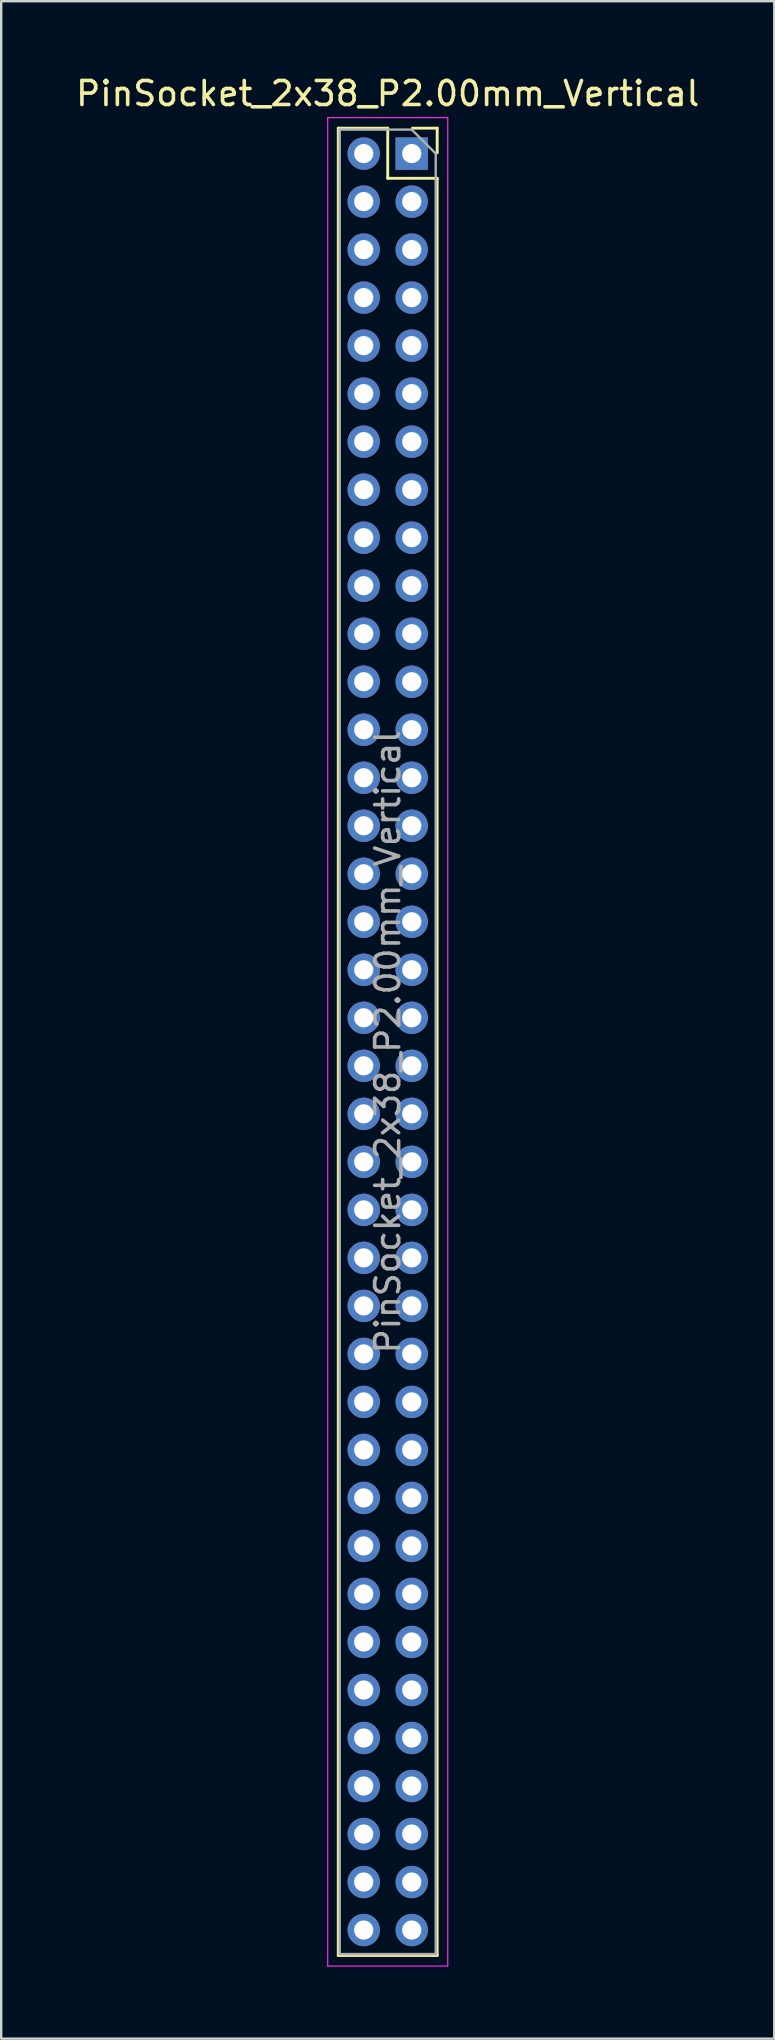
<source format=kicad_pcb>
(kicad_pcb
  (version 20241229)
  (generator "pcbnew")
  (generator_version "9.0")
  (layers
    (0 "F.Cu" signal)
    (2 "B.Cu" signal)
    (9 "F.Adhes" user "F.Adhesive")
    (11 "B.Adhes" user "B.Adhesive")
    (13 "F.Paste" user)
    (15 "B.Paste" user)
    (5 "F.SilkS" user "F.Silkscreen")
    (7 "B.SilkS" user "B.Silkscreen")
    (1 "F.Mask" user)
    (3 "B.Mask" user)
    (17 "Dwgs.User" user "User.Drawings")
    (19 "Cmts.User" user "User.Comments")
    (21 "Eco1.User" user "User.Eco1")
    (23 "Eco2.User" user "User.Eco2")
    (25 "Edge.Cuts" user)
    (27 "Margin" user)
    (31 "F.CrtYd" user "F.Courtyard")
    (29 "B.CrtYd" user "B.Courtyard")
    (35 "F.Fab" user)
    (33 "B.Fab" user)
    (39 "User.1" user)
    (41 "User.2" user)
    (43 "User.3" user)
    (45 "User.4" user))
  (footprint "PinSocket_2x38_P2.00mm_Vertical"
    (layer "F.Cu")
    (at 14.101 3.348)
    (property "Reference" "PinSocket_2x38_P2.00mm_Vertical" (at -1 -2.5 0) (layer "F.SilkS") (effects (font (size 1 1) (thickness 0.15))))
    (attr through_hole)
    (fp_line (start -3.06 -1.06) (end -3.06 75.06) (stroke (width 0.12) (type solid)) (layer "F.SilkS"))
    (fp_line (start -3.06 75.06) (end 1.06 75.06) (stroke (width 0.12) (type solid)) (layer "F.SilkS"))
    (fp_line (start -1 -1.06) (end -3.06 -1.06) (stroke (width 0.12) (type solid)) (layer "F.SilkS"))
    (fp_line (start -1 1.03) (end -1 -1.06) (stroke (width 0.12) (type solid)) (layer "F.SilkS"))
    (fp_line (start 1.06 -1.06) (end 0.03 -1.06) (stroke (width 0.12) (type solid)) (layer "F.SilkS"))
    (fp_line (start 1.06 -0.03) (end 1.06 -1.06) (stroke (width 0.12) (type solid)) (layer "F.SilkS"))
    (fp_line (start 1.06 1.03) (end -1 1.03) (stroke (width 0.12) (type solid)) (layer "F.SilkS"))
    (fp_line (start 1.06 75.06) (end 1.06 1.03) (stroke (width 0.12) (type solid)) (layer "F.SilkS"))
    (fp_line (start -3.5 -1.5) (end 1.5 -1.5) (stroke (width 0.05) (type solid)) (layer "F.CrtYd"))
    (fp_line (start -3.5 75.5) (end -3.5 -1.5) (stroke (width 0.05) (type solid)) (layer "F.CrtYd"))
    (fp_line (start 1.5 -1.5) (end 1.5 75.5) (stroke (width 0.05) (type solid)) (layer "F.CrtYd"))
    (fp_line (start 1.5 75.5) (end -3.5 75.5) (stroke (width 0.05) (type solid)) (layer "F.CrtYd"))
    (fp_line (start -3 -1) (end 0 -1) (stroke (width 0.1) (type solid)) (layer "F.Fab"))
    (fp_line (start -3 75) (end -3 -1) (stroke (width 0.1) (type solid)) (layer "F.Fab"))
    (fp_line (start 0 -1) (end 1 0) (stroke (width 0.1) (type solid)) (layer "F.Fab"))
    (fp_line (start 1 0) (end 1 75) (stroke (width 0.1) (type solid)) (layer "F.Fab"))
    (fp_line (start 1 75) (end -3 75) (stroke (width 0.1) (type solid)) (layer "F.Fab"))
    (fp_text user "${REFERENCE}" (at -1 37 90) (layer "F.Fab") (effects (font (size 1 1) (thickness 0.15))))
    (pad "1" thru_hole rect (at 0 0) (size 1.35 1.35) (drill 0.8) (layers "*.Cu" "*.Mask"))
    (pad "2" thru_hole oval (at -2 0) (size 1.35 1.35) (drill 0.8) (layers "*.Cu" "*.Mask"))
    (pad "3" thru_hole oval (at 0 2) (size 1.35 1.35) (drill 0.8) (layers "*.Cu" "*.Mask"))
    (pad "4" thru_hole oval (at -2 2) (size 1.35 1.35) (drill 0.8) (layers "*.Cu" "*.Mask"))
    (pad "5" thru_hole oval (at 0 4) (size 1.35 1.35) (drill 0.8) (layers "*.Cu" "*.Mask"))
    (pad "6" thru_hole oval (at -2 4) (size 1.35 1.35) (drill 0.8) (layers "*.Cu" "*.Mask"))
    (pad "7" thru_hole oval (at 0 6) (size 1.35 1.35) (drill 0.8) (layers "*.Cu" "*.Mask"))
    (pad "8" thru_hole oval (at -2 6) (size 1.35 1.35) (drill 0.8) (layers "*.Cu" "*.Mask"))
    (pad "9" thru_hole oval (at 0 8) (size 1.35 1.35) (drill 0.8) (layers "*.Cu" "*.Mask"))
    (pad "10" thru_hole oval (at -2 8) (size 1.35 1.35) (drill 0.8) (layers "*.Cu" "*.Mask"))
    (pad "11" thru_hole oval (at 0 10) (size 1.35 1.35) (drill 0.8) (layers "*.Cu" "*.Mask"))
    (pad "12" thru_hole oval (at -2 10) (size 1.35 1.35) (drill 0.8) (layers "*.Cu" "*.Mask"))
    (pad "13" thru_hole oval (at 0 12) (size 1.35 1.35) (drill 0.8) (layers "*.Cu" "*.Mask"))
    (pad "14" thru_hole oval (at -2 12) (size 1.35 1.35) (drill 0.8) (layers "*.Cu" "*.Mask"))
    (pad "15" thru_hole oval (at 0 14) (size 1.35 1.35) (drill 0.8) (layers "*.Cu" "*.Mask"))
    (pad "16" thru_hole oval (at -2 14) (size 1.35 1.35) (drill 0.8) (layers "*.Cu" "*.Mask"))
    (pad "17" thru_hole oval (at 0 16) (size 1.35 1.35) (drill 0.8) (layers "*.Cu" "*.Mask"))
    (pad "18" thru_hole oval (at -2 16) (size 1.35 1.35) (drill 0.8) (layers "*.Cu" "*.Mask"))
    (pad "19" thru_hole oval (at 0 18) (size 1.35 1.35) (drill 0.8) (layers "*.Cu" "*.Mask"))
    (pad "20" thru_hole oval (at -2 18) (size 1.35 1.35) (drill 0.8) (layers "*.Cu" "*.Mask"))
    (pad "21" thru_hole oval (at 0 20) (size 1.35 1.35) (drill 0.8) (layers "*.Cu" "*.Mask"))
    (pad "22" thru_hole oval (at -2 20) (size 1.35 1.35) (drill 0.8) (layers "*.Cu" "*.Mask"))
    (pad "23" thru_hole oval (at 0 22) (size 1.35 1.35) (drill 0.8) (layers "*.Cu" "*.Mask"))
    (pad "24" thru_hole oval (at -2 22) (size 1.35 1.35) (drill 0.8) (layers "*.Cu" "*.Mask"))
    (pad "25" thru_hole oval (at 0 24) (size 1.35 1.35) (drill 0.8) (layers "*.Cu" "*.Mask"))
    (pad "26" thru_hole oval (at -2 24) (size 1.35 1.35) (drill 0.8) (layers "*.Cu" "*.Mask"))
    (pad "27" thru_hole oval (at 0 26) (size 1.35 1.35) (drill 0.8) (layers "*.Cu" "*.Mask"))
    (pad "28" thru_hole oval (at -2 26) (size 1.35 1.35) (drill 0.8) (layers "*.Cu" "*.Mask"))
    (pad "29" thru_hole oval (at 0 28) (size 1.35 1.35) (drill 0.8) (layers "*.Cu" "*.Mask"))
    (pad "30" thru_hole oval (at -2 28) (size 1.35 1.35) (drill 0.8) (layers "*.Cu" "*.Mask"))
    (pad "31" thru_hole oval (at 0 30) (size 1.35 1.35) (drill 0.8) (layers "*.Cu" "*.Mask"))
    (pad "32" thru_hole oval (at -2 30) (size 1.35 1.35) (drill 0.8) (layers "*.Cu" "*.Mask"))
    (pad "33" thru_hole oval (at 0 32) (size 1.35 1.35) (drill 0.8) (layers "*.Cu" "*.Mask"))
    (pad "34" thru_hole oval (at -2 32) (size 1.35 1.35) (drill 0.8) (layers "*.Cu" "*.Mask"))
    (pad "35" thru_hole oval (at 0 34) (size 1.35 1.35) (drill 0.8) (layers "*.Cu" "*.Mask"))
    (pad "36" thru_hole oval (at -2 34) (size 1.35 1.35) (drill 0.8) (layers "*.Cu" "*.Mask"))
    (pad "37" thru_hole oval (at 0 36) (size 1.35 1.35) (drill 0.8) (layers "*.Cu" "*.Mask"))
    (pad "38" thru_hole oval (at -2 36) (size 1.35 1.35) (drill 0.8) (layers "*.Cu" "*.Mask"))
    (pad "39" thru_hole oval (at 0 38) (size 1.35 1.35) (drill 0.8) (layers "*.Cu" "*.Mask"))
    (pad "40" thru_hole oval (at -2 38) (size 1.35 1.35) (drill 0.8) (layers "*.Cu" "*.Mask"))
    (pad "41" thru_hole oval (at 0 40) (size 1.35 1.35) (drill 0.8) (layers "*.Cu" "*.Mask"))
    (pad "42" thru_hole oval (at -2 40) (size 1.35 1.35) (drill 0.8) (layers "*.Cu" "*.Mask"))
    (pad "43" thru_hole oval (at 0 42) (size 1.35 1.35) (drill 0.8) (layers "*.Cu" "*.Mask"))
    (pad "44" thru_hole oval (at -2 42) (size 1.35 1.35) (drill 0.8) (layers "*.Cu" "*.Mask"))
    (pad "45" thru_hole oval (at 0 44) (size 1.35 1.35) (drill 0.8) (layers "*.Cu" "*.Mask"))
    (pad "46" thru_hole oval (at -2 44) (size 1.35 1.35) (drill 0.8) (layers "*.Cu" "*.Mask"))
    (pad "47" thru_hole oval (at 0 46) (size 1.35 1.35) (drill 0.8) (layers "*.Cu" "*.Mask"))
    (pad "48" thru_hole oval (at -2 46) (size 1.35 1.35) (drill 0.8) (layers "*.Cu" "*.Mask"))
    (pad "49" thru_hole oval (at 0 48) (size 1.35 1.35) (drill 0.8) (layers "*.Cu" "*.Mask"))
    (pad "50" thru_hole oval (at -2 48) (size 1.35 1.35) (drill 0.8) (layers "*.Cu" "*.Mask"))
    (pad "51" thru_hole oval (at 0 50) (size 1.35 1.35) (drill 0.8) (layers "*.Cu" "*.Mask"))
    (pad "52" thru_hole oval (at -2 50) (size 1.35 1.35) (drill 0.8) (layers "*.Cu" "*.Mask"))
    (pad "53" thru_hole oval (at 0 52) (size 1.35 1.35) (drill 0.8) (layers "*.Cu" "*.Mask"))
    (pad "54" thru_hole oval (at -2 52) (size 1.35 1.35) (drill 0.8) (layers "*.Cu" "*.Mask"))
    (pad "55" thru_hole oval (at 0 54) (size 1.35 1.35) (drill 0.8) (layers "*.Cu" "*.Mask"))
    (pad "56" thru_hole oval (at -2 54) (size 1.35 1.35) (drill 0.8) (layers "*.Cu" "*.Mask"))
    (pad "57" thru_hole oval (at 0 56) (size 1.35 1.35) (drill 0.8) (layers "*.Cu" "*.Mask"))
    (pad "58" thru_hole oval (at -2 56) (size 1.35 1.35) (drill 0.8) (layers "*.Cu" "*.Mask"))
    (pad "59" thru_hole oval (at 0 58) (size 1.35 1.35) (drill 0.8) (layers "*.Cu" "*.Mask"))
    (pad "60" thru_hole oval (at -2 58) (size 1.35 1.35) (drill 0.8) (layers "*.Cu" "*.Mask"))
    (pad "61" thru_hole oval (at 0 60) (size 1.35 1.35) (drill 0.8) (layers "*.Cu" "*.Mask"))
    (pad "62" thru_hole oval (at -2 60) (size 1.35 1.35) (drill 0.8) (layers "*.Cu" "*.Mask"))
    (pad "63" thru_hole oval (at 0 62) (size 1.35 1.35) (drill 0.8) (layers "*.Cu" "*.Mask"))
    (pad "64" thru_hole oval (at -2 62) (size 1.35 1.35) (drill 0.8) (layers "*.Cu" "*.Mask"))
    (pad "65" thru_hole oval (at 0 64) (size 1.35 1.35) (drill 0.8) (layers "*.Cu" "*.Mask"))
    (pad "66" thru_hole oval (at -2 64) (size 1.35 1.35) (drill 0.8) (layers "*.Cu" "*.Mask"))
    (pad "67" thru_hole oval (at 0 66) (size 1.35 1.35) (drill 0.8) (layers "*.Cu" "*.Mask"))
    (pad "68" thru_hole oval (at -2 66) (size 1.35 1.35) (drill 0.8) (layers "*.Cu" "*.Mask"))
    (pad "69" thru_hole oval (at 0 68) (size 1.35 1.35) (drill 0.8) (layers "*.Cu" "*.Mask"))
    (pad "70" thru_hole oval (at -2 68) (size 1.35 1.35) (drill 0.8) (layers "*.Cu" "*.Mask"))
    (pad "71" thru_hole oval (at 0 70) (size 1.35 1.35) (drill 0.8) (layers "*.Cu" "*.Mask"))
    (pad "72" thru_hole oval (at -2 70) (size 1.35 1.35) (drill 0.8) (layers "*.Cu" "*.Mask"))
    (pad "73" thru_hole oval (at 0 72) (size 1.35 1.35) (drill 0.8) (layers "*.Cu" "*.Mask"))
    (pad "74" thru_hole oval (at -2 72) (size 1.35 1.35) (drill 0.8) (layers "*.Cu" "*.Mask"))
    (pad "75" thru_hole oval (at 0 74) (size 1.35 1.35) (drill 0.8) (layers "*.Cu" "*.Mask"))
    (pad "76" thru_hole oval (at -2 74) (size 1.35 1.35) (drill 0.8) (layers "*.Cu" "*.Mask")))
  (gr_rect
    (start -3 -3)
    (end 29.202 81.873)
    (stroke (width 0.1) (type default))
    (fill no)
    (layer "Edge.Cuts")))
</source>
